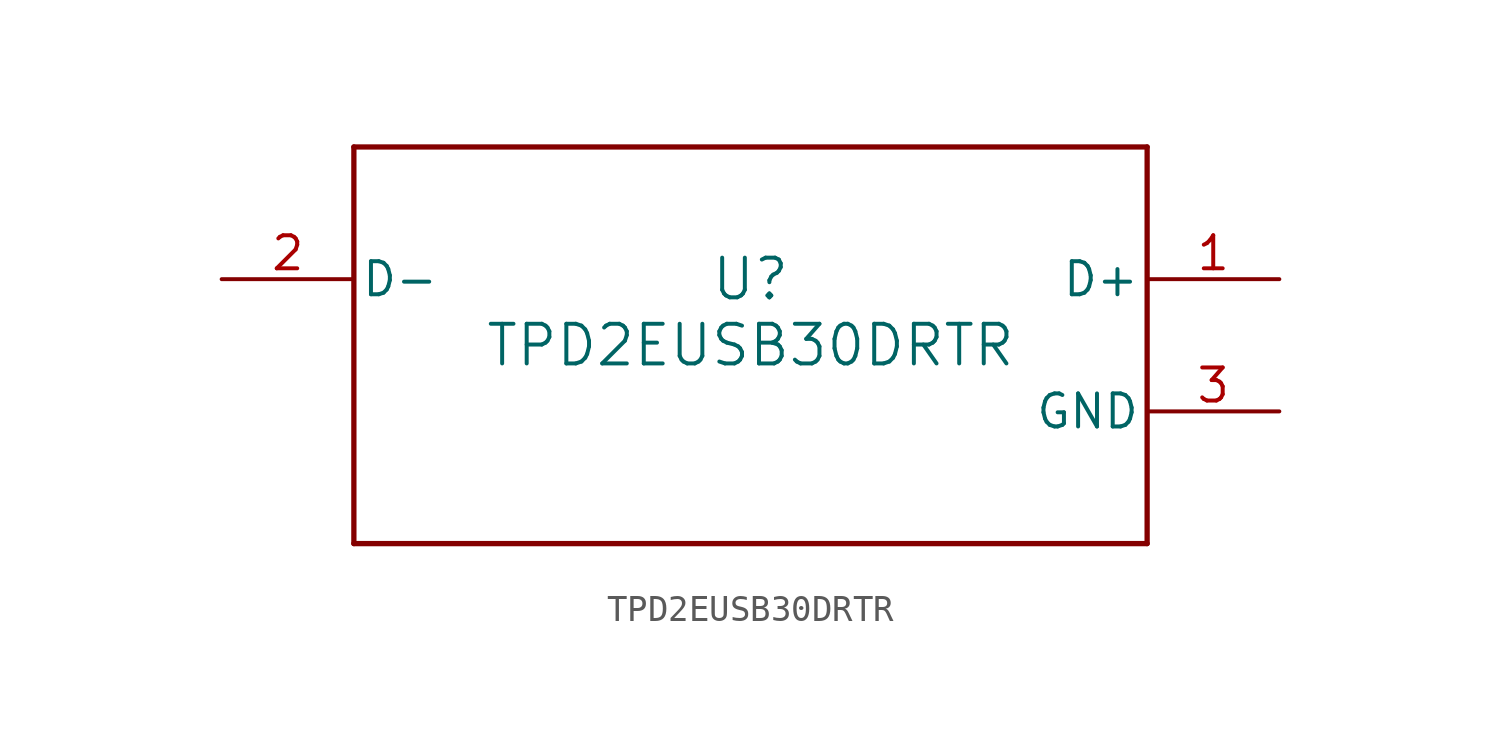
<source format=kicad_sym>
(kicad_symbol_lib
  (version 20211014)
  (generator kicad_symbol_editor)
  (symbol "TPD2EUSB30DRTR"
    (pin_names
      (offset 0.254))
    (property "Reference" "U"
      (at 0 2.54 0)
      (effects (font (size 1.524 1.524))))
    (property "Value" "TPD2EUSB30DRTR"
      (at 0 0 0)
      (effects (font (size 1.524 1.524))))
    (symbol "TPD2EUSB30DRTR_0_1"
      (polyline (pts (xy -15.24 -7.62) (xy 15.24 -7.62)) (stroke (width 0.203) (type default) (color 0 0 0 0)) (fill (type none)))
      (polyline (pts (xy 15.24 -7.62) (xy 15.24 7.62)) (stroke (width 0.203) (type default) (color 0 0 0 0)) (fill (type none)))
      (polyline (pts (xy 15.24 7.62) (xy -15.24 7.62)) (stroke (width 0.203) (type default) (color 0 0 0 0)) (fill (type none)))
      (polyline (pts (xy -15.24 7.62) (xy -15.24 -7.62)) (stroke (width 0.203) (type default) (color 0 0 0 0)) (fill (type none)))
      (pin unspecified line (at 20.32 2.54 180) (length 5.08) (name "D+" (effects (font (size 1.27 1.27)))) (number "1" (effects (font (size 1.27 1.27)))))
      (pin unspecified line (at -20.32 2.54 0) (length 5.08) (name "D-" (effects (font (size 1.27 1.27)))) (number "2" (effects (font (size 1.27 1.27)))))
      (pin power_in line (at 20.32 -2.54 180) (length 5.08) (name "GND" (effects (font (size 1.27 1.27)))) (number "3" (effects (font (size 1.27 1.27))))))))
</source>
